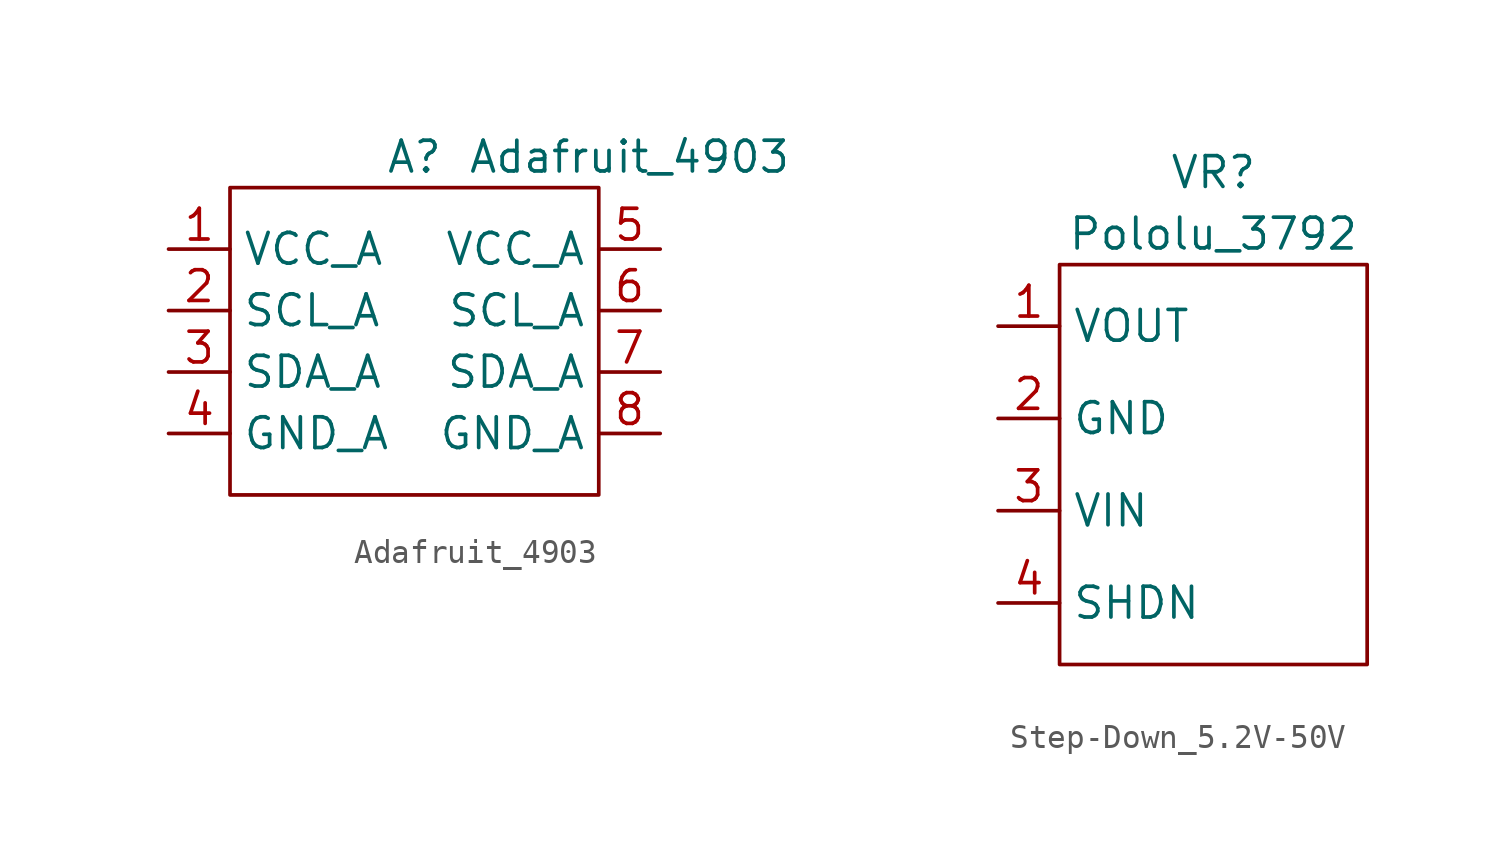
<source format=kicad_sym>
(kicad_symbol_lib
  (version 20220914)
  (generator kicad_symbol_editor)
  (symbol "Adafruit_4903"
    (property "Reference" "A"
      (at 0 8.89 0)
      (effects (font (size 1.27 1.27))))
    (property "Value" "Adafruit_4903"
      (at 8.89 8.89 0)
      (effects (font (size 1.27 1.27))))
    (symbol "Adafruit_4903_0_1"
      (rectangle (start -7.62 7.62) (end 7.62 -5.08) (stroke (width 0) (type default)) (fill (type none))))
    (symbol "Adafruit_4903_1_1"
      (pin power_in line (at -10.16 5.08 0) (length 2.54) (name "VCC_A" (effects (font (size 1.27 1.27)))) (number "1" (effects (font (size 1.27 1.27)))))
      (pin bidirectional line (at -10.16 2.54 0) (length 2.54) (name "SCL_A" (effects (font (size 1.27 1.27)))) (number "2" (effects (font (size 1.27 1.27)))))
      (pin bidirectional line (at -10.16 0 0) (length 2.54) (name "SDA_A" (effects (font (size 1.27 1.27)))) (number "3" (effects (font (size 1.27 1.27)))))
      (pin power_in line (at -10.16 -2.54 0) (length 2.54) (name "GND_A" (effects (font (size 1.27 1.27)))) (number "4" (effects (font (size 1.27 1.27)))))
      (pin power_in line (at 10.16 5.08 180) (length 2.54) (name "VCC_A" (effects (font (size 1.27 1.27)))) (number "5" (effects (font (size 1.27 1.27)))))
      (pin bidirectional line (at 10.16 2.54 180) (length 2.54) (name "SCL_A" (effects (font (size 1.27 1.27)))) (number "6" (effects (font (size 1.27 1.27)))))
      (pin bidirectional line (at 10.16 0 180) (length 2.54) (name "SDA_A" (effects (font (size 1.27 1.27)))) (number "7" (effects (font (size 1.27 1.27)))))
      (pin power_in line (at 10.16 -2.54 180) (length 2.54) (name "GND_A" (effects (font (size 1.27 1.27)))) (number "8" (effects (font (size 1.27 1.27)))))))
  (symbol "Step-Down_5.2V-50V"
    (property "Reference" "VR"
      (at 0 15.24 0)
      (effects (font (size 1.27 1.27))))
    (property "Value" "Pololu_3792"
      (at 0 12.7 0)
      (effects (font (size 1.27 1.27))))
    (symbol "Step-Down_5.2V-50V_0_1"
      (rectangle (start -6.35 11.43) (end 6.35 -5.08) (stroke (width 0) (type default)) (fill (type none))))
    (symbol "Step-Down_5.2V-50V_1_1"
      (pin output line (at -8.89 8.89 0) (length 2.54) (name "VOUT" (effects (font (size 1.27 1.27)))) (number "1" (effects (font (size 1.27 1.27)))))
      (pin bidirectional line (at -8.89 5.08 0) (length 2.54) (name "GND" (effects (font (size 1.27 1.27)))) (number "2" (effects (font (size 1.27 1.27)))))
      (pin input line (at -8.89 1.27 0) (length 2.54) (name "VIN" (effects (font (size 1.27 1.27)))) (number "3" (effects (font (size 1.27 1.27)))))
      (pin input line (at -8.89 -2.54 0) (length 2.54) (name "SHDN" (effects (font (size 1.27 1.27)))) (number "4" (effects (font (size 1.27 1.27))))))))
</source>
